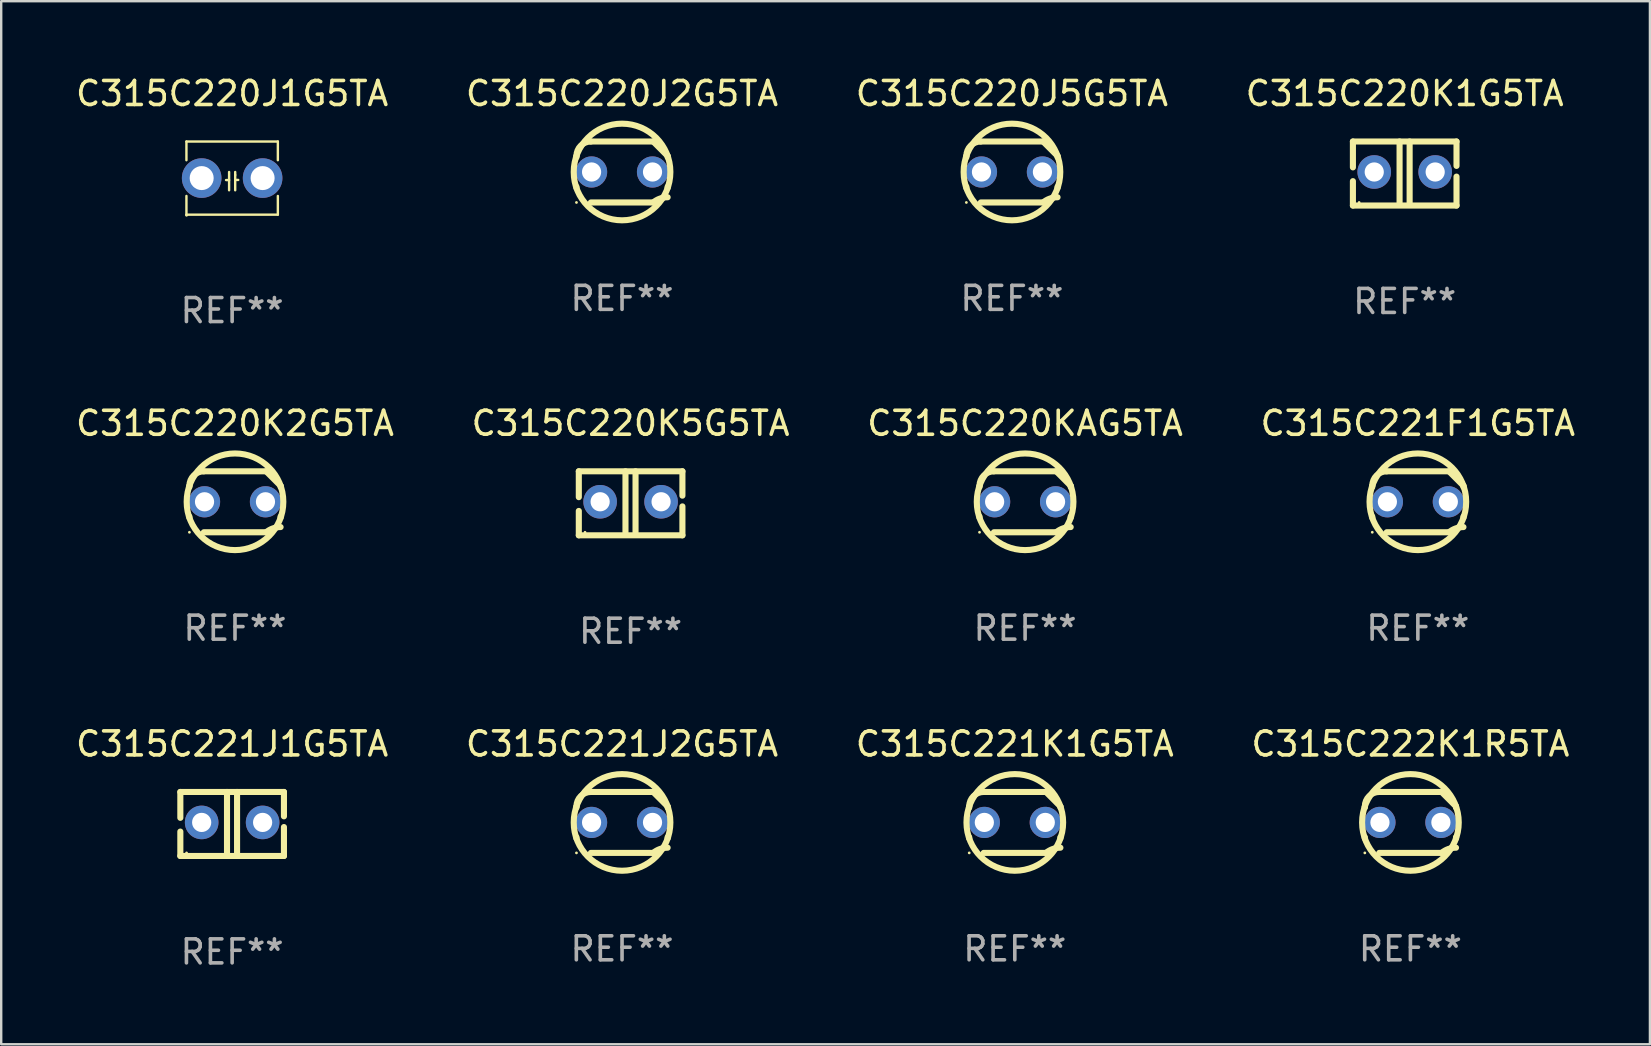
<source format=kicad_pcb>
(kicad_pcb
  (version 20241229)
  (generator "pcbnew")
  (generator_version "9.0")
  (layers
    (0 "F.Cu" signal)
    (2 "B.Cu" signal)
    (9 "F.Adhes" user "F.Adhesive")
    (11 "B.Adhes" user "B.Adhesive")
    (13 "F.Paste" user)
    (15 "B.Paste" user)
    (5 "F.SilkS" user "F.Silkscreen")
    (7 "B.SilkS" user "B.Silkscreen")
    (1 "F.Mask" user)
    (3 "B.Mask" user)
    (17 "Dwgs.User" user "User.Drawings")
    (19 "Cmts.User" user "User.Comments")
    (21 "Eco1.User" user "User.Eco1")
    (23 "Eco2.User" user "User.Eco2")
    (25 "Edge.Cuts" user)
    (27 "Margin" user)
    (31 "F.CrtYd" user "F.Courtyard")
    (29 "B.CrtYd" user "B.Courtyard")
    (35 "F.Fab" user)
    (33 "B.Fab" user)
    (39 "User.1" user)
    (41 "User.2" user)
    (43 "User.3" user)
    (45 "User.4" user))
  (footprint "C315C221F1G5TA"
    (layer "F.Cu")
    (at 56.042 17.863)
    (property "Reference" "C315C221F1G5TA" (at 0 -3.27 0) (layer "F.SilkS") (effects (font (size 1 1) (thickness 0.15))))
    (attr through_hole)
    (fp_line (start -1.9 -0.615) (end -1.9 -0.668) (stroke (width 0.254) (type solid)) (layer "F.SilkS"))
    (fp_line (start -1.9 0.668) (end -1.9 0.615) (stroke (width 0.254) (type solid)) (layer "F.SilkS"))
    (fp_line (start -1.298 1.27) (end 1.298 1.27) (stroke (width 0.254) (type solid)) (layer "F.SilkS"))
    (fp_line (start -1.298 -1.27) (end 1.298 -1.27) (stroke (width 0.254) (type solid)) (layer "F.SilkS"))
    (fp_line (start 1.9 -0.668) (end 1.9 -0.615) (stroke (width 0.254) (type solid)) (layer "F.SilkS"))
    (fp_line (start 1.9 0.615) (end 1.9 0.668) (stroke (width 0.254) (type solid)) (layer "F.SilkS"))
    (fp_arc (start -1.900025 0.667602) (mid 1.900003 -0.66758) (end -1.900025 0.667602) (stroke (width 0.254001) (type solid)) (layer "F.SilkS"))
    (fp_arc (start -1.9 -0.667602) (mid -1.723557 -1.093572) (end -1.297587 -1.270015) (stroke (width 0.254001) (type solid)) (layer "F.SilkS"))
    (fp_arc (start 1.297587 1.26999) (mid 1.579878 1.109027) (end 1.9 1.053172) (stroke (width 0.254001) (type solid)) (layer "F.SilkS"))
    (fp_arc (start 1.297611 -1.270042) (mid 1.598991 -0.969008) (end 1.900025 -0.667628) (stroke (width 0.254001) (type solid)) (layer "F.SilkS"))
    (fp_circle (center -1.9 1.27) (end -1.87 1.27) (stroke (width 0.06) (type solid)) (fill no) (layer "F.SilkS"))
    (fp_text user "REF**" (at 0 5.27 0) (layer "F.Fab") (effects (font (size 1 1) (thickness 0.15))))
    (pad "1" thru_hole circle (at -1.27 -0.000013) (size 1.3 1.3) (drill 0.8) (layers "*.Cu" "*.Mask"))
    (pad "2" thru_hole circle (at 1.27 -0.000013) (size 1.3 1.3) (drill 0.8) (layers "*.Cu" "*.Mask")))
  (footprint "C315C220K5G5TA"
    (layer "F.Cu")
    (at 23.232 17.926)
    (property "Reference" "C315C220K5G5TA" (at 0 -3.334 0) (layer "F.SilkS") (effects (font (size 1 1) (thickness 0.15))))
    (attr through_hole)
    (fp_line (start -2.159 -1.334) (end 2.159 -1.334) (stroke (width 0.254) (type solid)) (layer "F.SilkS"))
    (fp_line (start -2.159 -0.256) (end -2.159 -1.334) (stroke (width 0.254) (type solid)) (layer "F.SilkS"))
    (fp_line (start -2.159 1.334) (end -2.159 0.318) (stroke (width 0.254) (type solid)) (layer "F.SilkS"))
    (fp_line (start -0.214 -1.334) (end -0.214 1.207) (stroke (width 0.254) (type solid)) (layer "F.SilkS"))
    (fp_line (start 0.205 -1.334) (end 0.205 1.207) (stroke (width 0.254) (type solid)) (layer "F.SilkS"))
    (fp_line (start 2.159 -1.334) (end 2.159 -0.318) (stroke (width 0.254) (type solid)) (layer "F.SilkS"))
    (fp_line (start 2.159 0.129) (end 2.159 1.334) (stroke (width 0.254) (type solid)) (layer "F.SilkS"))
    (fp_line (start 2.159 1.334) (end -2.159 1.334) (stroke (width 0.254) (type solid)) (layer "F.SilkS"))
    (fp_circle (center -1.9 1.207) (end -1.87 1.207) (stroke (width 0.06) (type solid)) (fill no) (layer "F.SilkS"))
    (fp_text user "REF**" (at 0 5.334 0) (layer "F.Fab") (effects (font (size 1 1) (thickness 0.15))))
    (pad "1" thru_hole circle (at -1.27 -0.064) (size 1.4 1.4) (drill 0.8) (layers "*.Cu" "*.Mask"))
    (pad "2" thru_hole circle (at 1.27 -0.064) (size 1.4 1.4) (drill 0.8) (layers "*.Cu" "*.Mask")))
  (footprint "C315C220J1G5TA"
    (layer "F.Cu")
    (at 6.625 4.372)
    (property "Reference" "C315C220J1G5TA" (at 0 -3.524 0) (layer "F.SilkS") (effects (font (size 1 1) (thickness 0.15))))
    (attr through_hole)
    (fp_line (start -1.905 -1.524) (end -1.905 -0.745) (stroke (width 0.1) (type solid)) (layer "F.SilkS"))
    (fp_line (start -1.905 0.745) (end -1.905 1.524) (stroke (width 0.1) (type solid)) (layer "F.SilkS"))
    (fp_line (start -1.905 1.524) (end 1.905 1.524) (stroke (width 0.1) (type solid)) (layer "F.SilkS"))
    (fp_line (start -0.127 -0.254) (end -0.127 0.508) (stroke (width 0.1) (type solid)) (layer "F.SilkS"))
    (fp_line (start -0.127 0.082) (end -0.254 0.082) (stroke (width 0.1) (type solid)) (layer "F.SilkS"))
    (fp_line (start 0.127 -0.127) (end 0.127 -0.254) (stroke (width 0.1) (type solid)) (layer "F.SilkS"))
    (fp_line (start 0.127 -0.127) (end 0.127 0.508) (stroke (width 0.1) (type solid)) (layer "F.SilkS"))
    (fp_line (start 0.127 0.077) (end 0.254 0.077) (stroke (width 0.1) (type solid)) (layer "F.SilkS"))
    (fp_line (start 1.905 -1.524) (end -1.905 -1.524) (stroke (width 0.1) (type solid)) (layer "F.SilkS"))
    (fp_line (start 1.905 -0.745) (end 1.905 -1.524) (stroke (width 0.1) (type solid)) (layer "F.SilkS"))
    (fp_line (start 1.905 1.524) (end 1.905 0.745) (stroke (width 0.1) (type solid)) (layer "F.SilkS"))
    (fp_circle (center -1.9 1.55) (end -1.87 1.55) (stroke (width 0.06) (type solid)) (fill no) (layer "F.SilkS"))
    (fp_text user "REF**" (at 0 5.524 0) (layer "F.Fab") (effects (font (size 1 1) (thickness 0.15))))
    (pad "1" thru_hole circle (at -1.27 0) (size 1.65 1.65) (drill 1) (layers "*.Cu" "*.Mask"))
    (pad "2" thru_hole circle (at 1.27 0) (size 1.65 1.65) (drill 1) (layers "*.Cu" "*.Mask")))
  (footprint "C315C221J1G5TA"
    (layer "F.Cu")
    (at 6.625 31.29)
    (property "Reference" "C315C221J1G5TA" (at 0 -3.334 0) (layer "F.SilkS") (effects (font (size 1 1) (thickness 0.15))))
    (attr through_hole)
    (fp_line (start -2.159 -1.334) (end 2.159 -1.334) (stroke (width 0.254) (type solid)) (layer "F.SilkS"))
    (fp_line (start -2.159 -0.256) (end -2.159 -1.334) (stroke (width 0.254) (type solid)) (layer "F.SilkS"))
    (fp_line (start -2.159 1.334) (end -2.159 0.318) (stroke (width 0.254) (type solid)) (layer "F.SilkS"))
    (fp_line (start -0.214 -1.334) (end -0.214 1.207) (stroke (width 0.254) (type solid)) (layer "F.SilkS"))
    (fp_line (start 0.205 -1.334) (end 0.205 1.207) (stroke (width 0.254) (type solid)) (layer "F.SilkS"))
    (fp_line (start 2.159 -1.334) (end 2.159 -0.318) (stroke (width 0.254) (type solid)) (layer "F.SilkS"))
    (fp_line (start 2.159 0.129) (end 2.159 1.334) (stroke (width 0.254) (type solid)) (layer "F.SilkS"))
    (fp_line (start 2.159 1.334) (end -2.159 1.334) (stroke (width 0.254) (type solid)) (layer "F.SilkS"))
    (fp_circle (center -1.9 1.207) (end -1.87 1.207) (stroke (width 0.06) (type solid)) (fill no) (layer "F.SilkS"))
    (fp_text user "REF**" (at 0 5.334 0) (layer "F.Fab") (effects (font (size 1 1) (thickness 0.15))))
    (pad "1" thru_hole circle (at -1.27 -0.064) (size 1.4 1.4) (drill 0.8) (layers "*.Cu" "*.Mask"))
    (pad "2" thru_hole circle (at 1.27 -0.064) (size 1.4 1.4) (drill 0.8) (layers "*.Cu" "*.Mask")))
  (footprint "C315C220KAG5TA"
    (layer "F.Cu")
    (at 39.673 17.863)
    (property "Reference" "C315C220KAG5TA" (at 0 -3.27 0) (layer "F.SilkS") (effects (font (size 1 1) (thickness 0.15))))
    (attr through_hole)
    (fp_line (start -1.9 -0.615) (end -1.9 -0.668) (stroke (width 0.254) (type solid)) (layer "F.SilkS"))
    (fp_line (start -1.9 0.668) (end -1.9 0.615) (stroke (width 0.254) (type solid)) (layer "F.SilkS"))
    (fp_line (start -1.298 1.27) (end 1.298 1.27) (stroke (width 0.254) (type solid)) (layer "F.SilkS"))
    (fp_line (start -1.298 -1.27) (end 1.298 -1.27) (stroke (width 0.254) (type solid)) (layer "F.SilkS"))
    (fp_line (start 1.9 -0.668) (end 1.9 -0.615) (stroke (width 0.254) (type solid)) (layer "F.SilkS"))
    (fp_line (start 1.9 0.615) (end 1.9 0.668) (stroke (width 0.254) (type solid)) (layer "F.SilkS"))
    (fp_arc (start -1.900025 0.667602) (mid 1.900003 -0.66758) (end -1.900025 0.667602) (stroke (width 0.254001) (type solid)) (layer "F.SilkS"))
    (fp_arc (start -1.9 -0.667602) (mid -1.723557 -1.093572) (end -1.297587 -1.270015) (stroke (width 0.254001) (type solid)) (layer "F.SilkS"))
    (fp_arc (start 1.297587 1.26999) (mid 1.579878 1.109027) (end 1.9 1.053172) (stroke (width 0.254001) (type solid)) (layer "F.SilkS"))
    (fp_arc (start 1.297611 -1.270042) (mid 1.598991 -0.969008) (end 1.900025 -0.667628) (stroke (width 0.254001) (type solid)) (layer "F.SilkS"))
    (fp_circle (center -1.9 1.27) (end -1.87 1.27) (stroke (width 0.06) (type solid)) (fill no) (layer "F.SilkS"))
    (fp_text user "REF**" (at 0 5.27 0) (layer "F.Fab") (effects (font (size 1 1) (thickness 0.15))))
    (pad "1" thru_hole circle (at -1.27 -0.000013) (size 1.3 1.3) (drill 0.8) (layers "*.Cu" "*.Mask"))
    (pad "2" thru_hole circle (at 1.27 -0.000013) (size 1.3 1.3) (drill 0.8) (layers "*.Cu" "*.Mask")))
  (footprint "C315C220J5G5TA"
    (layer "F.Cu")
    (at 39.125 4.118)
    (property "Reference" "C315C220J5G5TA" (at 0 -3.27 0) (layer "F.SilkS") (effects (font (size 1 1) (thickness 0.15))))
    (attr through_hole)
    (fp_line (start -1.9 -0.615) (end -1.9 -0.668) (stroke (width 0.254) (type solid)) (layer "F.SilkS"))
    (fp_line (start -1.9 0.668) (end -1.9 0.615) (stroke (width 0.254) (type solid)) (layer "F.SilkS"))
    (fp_line (start -1.298 1.27) (end 1.298 1.27) (stroke (width 0.254) (type solid)) (layer "F.SilkS"))
    (fp_line (start -1.298 -1.27) (end 1.298 -1.27) (stroke (width 0.254) (type solid)) (layer "F.SilkS"))
    (fp_line (start 1.9 -0.668) (end 1.9 -0.615) (stroke (width 0.254) (type solid)) (layer "F.SilkS"))
    (fp_line (start 1.9 0.615) (end 1.9 0.668) (stroke (width 0.254) (type solid)) (layer "F.SilkS"))
    (fp_arc (start -1.900025 0.667602) (mid 1.900003 -0.66758) (end -1.900025 0.667602) (stroke (width 0.254001) (type solid)) (layer "F.SilkS"))
    (fp_arc (start -1.9 -0.667602) (mid -1.723557 -1.093572) (end -1.297587 -1.270015) (stroke (width 0.254001) (type solid)) (layer "F.SilkS"))
    (fp_arc (start 1.297587 1.26999) (mid 1.579878 1.109027) (end 1.9 1.053172) (stroke (width 0.254001) (type solid)) (layer "F.SilkS"))
    (fp_arc (start 1.297611 -1.270042) (mid 1.598991 -0.969008) (end 1.900025 -0.667628) (stroke (width 0.254001) (type solid)) (layer "F.SilkS"))
    (fp_circle (center -1.9 1.27) (end -1.87 1.27) (stroke (width 0.06) (type solid)) (fill no) (layer "F.SilkS"))
    (fp_text user "REF**" (at 0 5.27 0) (layer "F.Fab") (effects (font (size 1 1) (thickness 0.15))))
    (pad "1" thru_hole circle (at -1.27 -0.000013) (size 1.3 1.3) (drill 0.8) (layers "*.Cu" "*.Mask"))
    (pad "2" thru_hole circle (at 1.27 -0.000013) (size 1.3 1.3) (drill 0.8) (layers "*.Cu" "*.Mask")))
  (footprint "C315C220K2G5TA"
    (layer "F.Cu")
    (at 6.744 17.863)
    (property "Reference" "C315C220K2G5TA" (at 0 -3.27 0) (layer "F.SilkS") (effects (font (size 1 1) (thickness 0.15))))
    (attr through_hole)
    (fp_line (start -1.9 -0.615) (end -1.9 -0.668) (stroke (width 0.254) (type solid)) (layer "F.SilkS"))
    (fp_line (start -1.9 0.668) (end -1.9 0.615) (stroke (width 0.254) (type solid)) (layer "F.SilkS"))
    (fp_line (start -1.298 1.27) (end 1.298 1.27) (stroke (width 0.254) (type solid)) (layer "F.SilkS"))
    (fp_line (start -1.298 -1.27) (end 1.298 -1.27) (stroke (width 0.254) (type solid)) (layer "F.SilkS"))
    (fp_line (start 1.9 -0.668) (end 1.9 -0.615) (stroke (width 0.254) (type solid)) (layer "F.SilkS"))
    (fp_line (start 1.9 0.615) (end 1.9 0.668) (stroke (width 0.254) (type solid)) (layer "F.SilkS"))
    (fp_arc (start -1.900025 0.667602) (mid 1.900003 -0.66758) (end -1.900025 0.667602) (stroke (width 0.254001) (type solid)) (layer "F.SilkS"))
    (fp_arc (start -1.9 -0.667602) (mid -1.723557 -1.093572) (end -1.297587 -1.270015) (stroke (width 0.254001) (type solid)) (layer "F.SilkS"))
    (fp_arc (start 1.297587 1.26999) (mid 1.579878 1.109027) (end 1.9 1.053172) (stroke (width 0.254001) (type solid)) (layer "F.SilkS"))
    (fp_arc (start 1.297611 -1.270042) (mid 1.598991 -0.969008) (end 1.900025 -0.667628) (stroke (width 0.254001) (type solid)) (layer "F.SilkS"))
    (fp_circle (center -1.9 1.27) (end -1.87 1.27) (stroke (width 0.06) (type solid)) (fill no) (layer "F.SilkS"))
    (fp_text user "REF**" (at 0 5.27 0) (layer "F.Fab") (effects (font (size 1 1) (thickness 0.15))))
    (pad "1" thru_hole circle (at -1.27 -0.000013) (size 1.3 1.3) (drill 0.8) (layers "*.Cu" "*.Mask"))
    (pad "2" thru_hole circle (at 1.27 -0.000013) (size 1.3 1.3) (drill 0.8) (layers "*.Cu" "*.Mask")))
  (footprint "C315C222K1R5TA"
    (layer "F.Cu")
    (at 55.732 31.226)
    (property "Reference" "C315C222K1R5TA" (at 0 -3.27 0) (layer "F.SilkS") (effects (font (size 1 1) (thickness 0.15))))
    (attr through_hole)
    (fp_line (start -1.9 -0.615) (end -1.9 -0.668) (stroke (width 0.254) (type solid)) (layer "F.SilkS"))
    (fp_line (start -1.9 0.668) (end -1.9 0.615) (stroke (width 0.254) (type solid)) (layer "F.SilkS"))
    (fp_line (start -1.298 1.27) (end 1.298 1.27) (stroke (width 0.254) (type solid)) (layer "F.SilkS"))
    (fp_line (start -1.298 -1.27) (end 1.298 -1.27) (stroke (width 0.254) (type solid)) (layer "F.SilkS"))
    (fp_line (start 1.9 -0.668) (end 1.9 -0.615) (stroke (width 0.254) (type solid)) (layer "F.SilkS"))
    (fp_line (start 1.9 0.615) (end 1.9 0.668) (stroke (width 0.254) (type solid)) (layer "F.SilkS"))
    (fp_arc (start -1.900025 0.667602) (mid 1.900003 -0.66758) (end -1.900025 0.667602) (stroke (width 0.254001) (type solid)) (layer "F.SilkS"))
    (fp_arc (start -1.9 -0.667602) (mid -1.723557 -1.093572) (end -1.297587 -1.270015) (stroke (width 0.254001) (type solid)) (layer "F.SilkS"))
    (fp_arc (start 1.297587 1.26999) (mid 1.579878 1.109027) (end 1.9 1.053172) (stroke (width 0.254001) (type solid)) (layer "F.SilkS"))
    (fp_arc (start 1.297611 -1.270042) (mid 1.598991 -0.969008) (end 1.900025 -0.667628) (stroke (width 0.254001) (type solid)) (layer "F.SilkS"))
    (fp_circle (center -1.9 1.27) (end -1.87 1.27) (stroke (width 0.06) (type solid)) (fill no) (layer "F.SilkS"))
    (fp_text user "REF**" (at 0 5.27 0) (layer "F.Fab") (effects (font (size 1 1) (thickness 0.15))))
    (pad "1" thru_hole circle (at -1.27 -0.000013) (size 1.3 1.3) (drill 0.8) (layers "*.Cu" "*.Mask"))
    (pad "2" thru_hole circle (at 1.27 -0.000013) (size 1.3 1.3) (drill 0.8) (layers "*.Cu" "*.Mask")))
  (footprint "C315C221K1G5TA"
    (layer "F.Cu")
    (at 39.244 31.226)
    (property "Reference" "C315C221K1G5TA" (at 0 -3.27 0) (layer "F.SilkS") (effects (font (size 1 1) (thickness 0.15))))
    (attr through_hole)
    (fp_line (start -1.9 -0.615) (end -1.9 -0.668) (stroke (width 0.254) (type solid)) (layer "F.SilkS"))
    (fp_line (start -1.9 0.668) (end -1.9 0.615) (stroke (width 0.254) (type solid)) (layer "F.SilkS"))
    (fp_line (start -1.298 1.27) (end 1.298 1.27) (stroke (width 0.254) (type solid)) (layer "F.SilkS"))
    (fp_line (start -1.298 -1.27) (end 1.298 -1.27) (stroke (width 0.254) (type solid)) (layer "F.SilkS"))
    (fp_line (start 1.9 -0.668) (end 1.9 -0.615) (stroke (width 0.254) (type solid)) (layer "F.SilkS"))
    (fp_line (start 1.9 0.615) (end 1.9 0.668) (stroke (width 0.254) (type solid)) (layer "F.SilkS"))
    (fp_arc (start -1.900025 0.667602) (mid 1.900003 -0.66758) (end -1.900025 0.667602) (stroke (width 0.254001) (type solid)) (layer "F.SilkS"))
    (fp_arc (start -1.9 -0.667602) (mid -1.723557 -1.093572) (end -1.297587 -1.270015) (stroke (width 0.254001) (type solid)) (layer "F.SilkS"))
    (fp_arc (start 1.297587 1.26999) (mid 1.579878 1.109027) (end 1.9 1.053172) (stroke (width 0.254001) (type solid)) (layer "F.SilkS"))
    (fp_arc (start 1.297611 -1.270042) (mid 1.598991 -0.969008) (end 1.900025 -0.667628) (stroke (width 0.254001) (type solid)) (layer "F.SilkS"))
    (fp_circle (center -1.9 1.27) (end -1.87 1.27) (stroke (width 0.06) (type solid)) (fill no) (layer "F.SilkS"))
    (fp_text user "REF**" (at 0 5.27 0) (layer "F.Fab") (effects (font (size 1 1) (thickness 0.15))))
    (pad "1" thru_hole circle (at -1.27 -0.000013) (size 1.3 1.3) (drill 0.8) (layers "*.Cu" "*.Mask"))
    (pad "2" thru_hole circle (at 1.27 -0.000013) (size 1.3 1.3) (drill 0.8) (layers "*.Cu" "*.Mask")))
  (footprint "C315C220J2G5TA"
    (layer "F.Cu")
    (at 22.875 4.118)
    (property "Reference" "C315C220J2G5TA" (at 0 -3.27 0) (layer "F.SilkS") (effects (font (size 1 1) (thickness 0.15))))
    (attr through_hole)
    (fp_line (start -1.9 -0.615) (end -1.9 -0.668) (stroke (width 0.254) (type solid)) (layer "F.SilkS"))
    (fp_line (start -1.9 0.668) (end -1.9 0.615) (stroke (width 0.254) (type solid)) (layer "F.SilkS"))
    (fp_line (start -1.298 1.27) (end 1.298 1.27) (stroke (width 0.254) (type solid)) (layer "F.SilkS"))
    (fp_line (start -1.298 -1.27) (end 1.298 -1.27) (stroke (width 0.254) (type solid)) (layer "F.SilkS"))
    (fp_line (start 1.9 -0.668) (end 1.9 -0.615) (stroke (width 0.254) (type solid)) (layer "F.SilkS"))
    (fp_line (start 1.9 0.615) (end 1.9 0.668) (stroke (width 0.254) (type solid)) (layer "F.SilkS"))
    (fp_arc (start -1.900025 0.667602) (mid 1.900003 -0.66758) (end -1.900025 0.667602) (stroke (width 0.254001) (type solid)) (layer "F.SilkS"))
    (fp_arc (start -1.9 -0.667602) (mid -1.723557 -1.093572) (end -1.297587 -1.270015) (stroke (width 0.254001) (type solid)) (layer "F.SilkS"))
    (fp_arc (start 1.297587 1.26999) (mid 1.579878 1.109027) (end 1.9 1.053172) (stroke (width 0.254001) (type solid)) (layer "F.SilkS"))
    (fp_arc (start 1.297611 -1.270042) (mid 1.598991 -0.969008) (end 1.900025 -0.667628) (stroke (width 0.254001) (type solid)) (layer "F.SilkS"))
    (fp_circle (center -1.9 1.27) (end -1.87 1.27) (stroke (width 0.06) (type solid)) (fill no) (layer "F.SilkS"))
    (fp_text user "REF**" (at 0 5.27 0) (layer "F.Fab") (effects (font (size 1 1) (thickness 0.15))))
    (pad "1" thru_hole circle (at -1.27 -0.000013) (size 1.3 1.3) (drill 0.8) (layers "*.Cu" "*.Mask"))
    (pad "2" thru_hole circle (at 1.27 -0.000013) (size 1.3 1.3) (drill 0.8) (layers "*.Cu" "*.Mask")))
  (footprint "C315C221J2G5TA"
    (layer "F.Cu")
    (at 22.875 31.226)
    (property "Reference" "C315C221J2G5TA" (at 0 -3.27 0) (layer "F.SilkS") (effects (font (size 1 1) (thickness 0.15))))
    (attr through_hole)
    (fp_line (start -1.9 -0.615) (end -1.9 -0.668) (stroke (width 0.254) (type solid)) (layer "F.SilkS"))
    (fp_line (start -1.9 0.668) (end -1.9 0.615) (stroke (width 0.254) (type solid)) (layer "F.SilkS"))
    (fp_line (start -1.298 1.27) (end 1.298 1.27) (stroke (width 0.254) (type solid)) (layer "F.SilkS"))
    (fp_line (start -1.298 -1.27) (end 1.298 -1.27) (stroke (width 0.254) (type solid)) (layer "F.SilkS"))
    (fp_line (start 1.9 -0.668) (end 1.9 -0.615) (stroke (width 0.254) (type solid)) (layer "F.SilkS"))
    (fp_line (start 1.9 0.615) (end 1.9 0.668) (stroke (width 0.254) (type solid)) (layer "F.SilkS"))
    (fp_arc (start -1.900025 0.667602) (mid 1.900003 -0.66758) (end -1.900025 0.667602) (stroke (width 0.254001) (type solid)) (layer "F.SilkS"))
    (fp_arc (start -1.9 -0.667602) (mid -1.723557 -1.093572) (end -1.297587 -1.270015) (stroke (width 0.254001) (type solid)) (layer "F.SilkS"))
    (fp_arc (start 1.297587 1.26999) (mid 1.579878 1.109027) (end 1.9 1.053172) (stroke (width 0.254001) (type solid)) (layer "F.SilkS"))
    (fp_arc (start 1.297611 -1.270042) (mid 1.598991 -0.969008) (end 1.900025 -0.667628) (stroke (width 0.254001) (type solid)) (layer "F.SilkS"))
    (fp_circle (center -1.9 1.27) (end -1.87 1.27) (stroke (width 0.06) (type solid)) (fill no) (layer "F.SilkS"))
    (fp_text user "REF**" (at 0 5.27 0) (layer "F.Fab") (effects (font (size 1 1) (thickness 0.15))))
    (pad "1" thru_hole circle (at -1.27 -0.000013) (size 1.3 1.3) (drill 0.8) (layers "*.Cu" "*.Mask"))
    (pad "2" thru_hole circle (at 1.27 -0.000013) (size 1.3 1.3) (drill 0.8) (layers "*.Cu" "*.Mask")))
  (footprint "C315C220K1G5TA"
    (layer "F.Cu")
    (at 55.494 4.182)
    (property "Reference" "C315C220K1G5TA" (at 0 -3.334 0) (layer "F.SilkS") (effects (font (size 1 1) (thickness 0.15))))
    (attr through_hole)
    (fp_line (start -2.159 -1.334) (end 2.159 -1.334) (stroke (width 0.254) (type solid)) (layer "F.SilkS"))
    (fp_line (start -2.159 -0.256) (end -2.159 -1.334) (stroke (width 0.254) (type solid)) (layer "F.SilkS"))
    (fp_line (start -2.159 1.334) (end -2.159 0.318) (stroke (width 0.254) (type solid)) (layer "F.SilkS"))
    (fp_line (start -0.214 -1.334) (end -0.214 1.207) (stroke (width 0.254) (type solid)) (layer "F.SilkS"))
    (fp_line (start 0.205 -1.334) (end 0.205 1.207) (stroke (width 0.254) (type solid)) (layer "F.SilkS"))
    (fp_line (start 2.159 -1.334) (end 2.159 -0.318) (stroke (width 0.254) (type solid)) (layer "F.SilkS"))
    (fp_line (start 2.159 0.129) (end 2.159 1.334) (stroke (width 0.254) (type solid)) (layer "F.SilkS"))
    (fp_line (start 2.159 1.334) (end -2.159 1.334) (stroke (width 0.254) (type solid)) (layer "F.SilkS"))
    (fp_circle (center -1.9 1.207) (end -1.87 1.207) (stroke (width 0.06) (type solid)) (fill no) (layer "F.SilkS"))
    (fp_text user "REF**" (at 0 5.334 0) (layer "F.Fab") (effects (font (size 1 1) (thickness 0.15))))
    (pad "1" thru_hole circle (at -1.27 -0.064) (size 1.4 1.4) (drill 0.8) (layers "*.Cu" "*.Mask"))
    (pad "2" thru_hole circle (at 1.27 -0.064) (size 1.4 1.4) (drill 0.8) (layers "*.Cu" "*.Mask")))
  (gr_rect
    (start -3 -3)
    (end 65.714 40.472)
    (stroke (width 0.1) (type default))
    (fill no)
    (layer "Edge.Cuts")))
</source>
